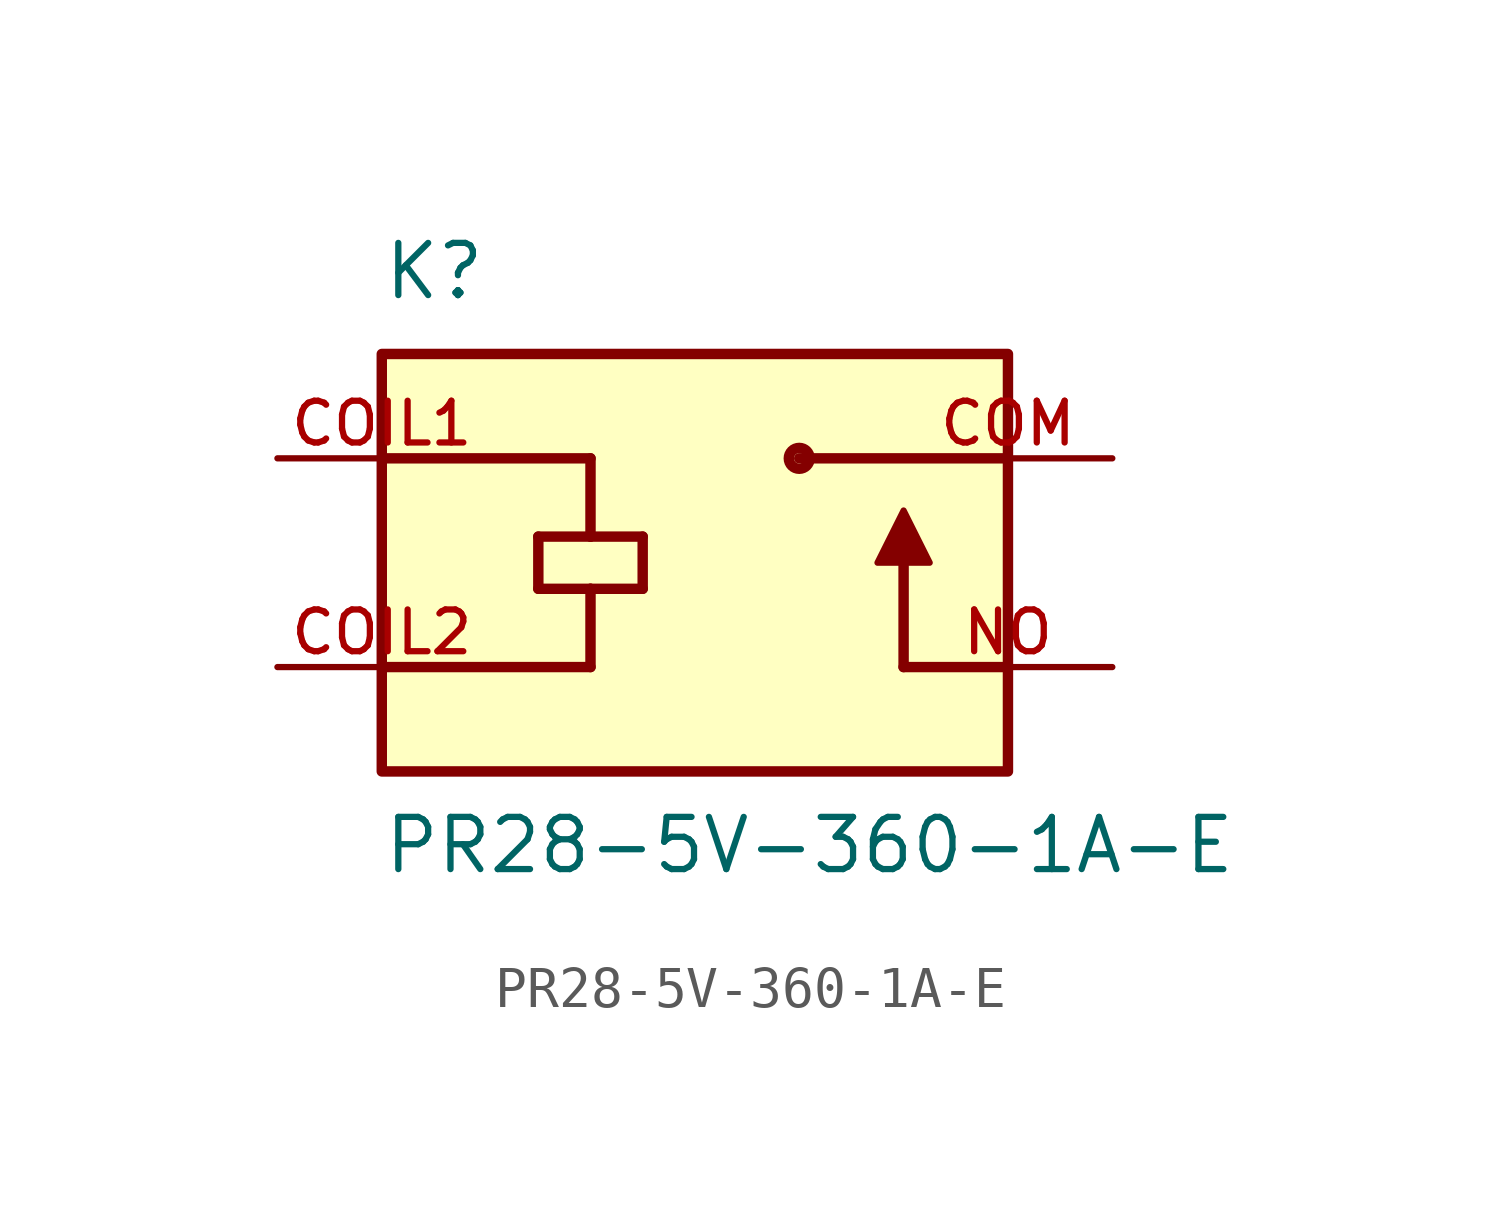
<source format=kicad_sym>
(kicad_symbol_lib
  (version 20211014)
  (generator kicad_symbol_editor)
  (symbol "PR28-5V-360-1A-E"
    (pin_names
      (offset 1.016))
    (property "Reference" "K"
      (at -7.62 6.35 0)
      (effects (font (size 1.27 1.27)) (justify bottom left)))
    (property "Value" "PR28-5V-360-1A-E"
      (at -7.62 -7.62 0)
      (effects (font (size 1.27 1.27)) (justify bottom left)))
    (symbol "PR28-5V-360-1A-E_0_0"
      (polyline (pts (xy 7.62 2.54) (xy 2.54 2.54)) (stroke (width 0.254)))
      (polyline (pts (xy 7.62 -2.54) (xy 5.08 -2.54)) (stroke (width 0.254)))
      (polyline (pts (xy 5.08 -2.54) (xy 5.08 0.0)) (stroke (width 0.254)))
      (polyline (pts (xy 4.445 0.0) (xy 5.715 0.0) (xy 5.08 1.27) (xy 4.445 0.0)) (stroke (width 0.152)) (fill (type outline)))
      (circle (center 2.54 2.54) (radius 0.254) (stroke (width 0.254)) (fill (type none)))
      (polyline (pts (xy -7.62 2.54) (xy -2.54 2.54)) (stroke (width 0.254)))
      (polyline (pts (xy -3.81 0.635) (xy -2.54 0.635)) (stroke (width 0.254)))
      (polyline (pts (xy -2.54 0.635) (xy -1.27 0.635)) (stroke (width 0.254)))
      (polyline (pts (xy -1.27 0.635) (xy -1.27 -0.635)) (stroke (width 0.254)))
      (polyline (pts (xy -1.27 -0.635) (xy -2.54 -0.635)) (stroke (width 0.254)))
      (polyline (pts (xy -2.54 -0.635) (xy -3.81 -0.635)) (stroke (width 0.254)))
      (polyline (pts (xy -3.81 -0.635) (xy -3.81 0.635)) (stroke (width 0.254)))
      (polyline (pts (xy -7.62 -2.54) (xy -2.54 -2.54)) (stroke (width 0.254)))
      (polyline (pts (xy -2.54 2.54) (xy -2.54 0.635)) (stroke (width 0.254)))
      (polyline (pts (xy -2.54 -0.635) (xy -2.54 -2.54)) (stroke (width 0.254)))
      (rectangle (start -7.62 -5.08) (end 7.62 5.08) (stroke (width 0.254)) (fill (type background)))
      (pin passive line (at 10.16 2.54 180.0) (length 5.08) (name "~" (effects (font (size 1.016 1.016)))) (number "COM" (effects (font (size 1.016 1.016)))))
      (pin passive line (at 10.16 -2.54 180.0) (length 5.08) (name "~" (effects (font (size 1.016 1.016)))) (number "NO" (effects (font (size 1.016 1.016)))))
      (pin passive line (at -10.16 2.54 0) (length 5.08) (name "~" (effects (font (size 1.016 1.016)))) (number "COIL1" (effects (font (size 1.016 1.016)))))
      (pin passive line (at -10.16 -2.54 0) (length 5.08) (name "~" (effects (font (size 1.016 1.016)))) (number "COIL2" (effects (font (size 1.016 1.016))))))))
</source>
